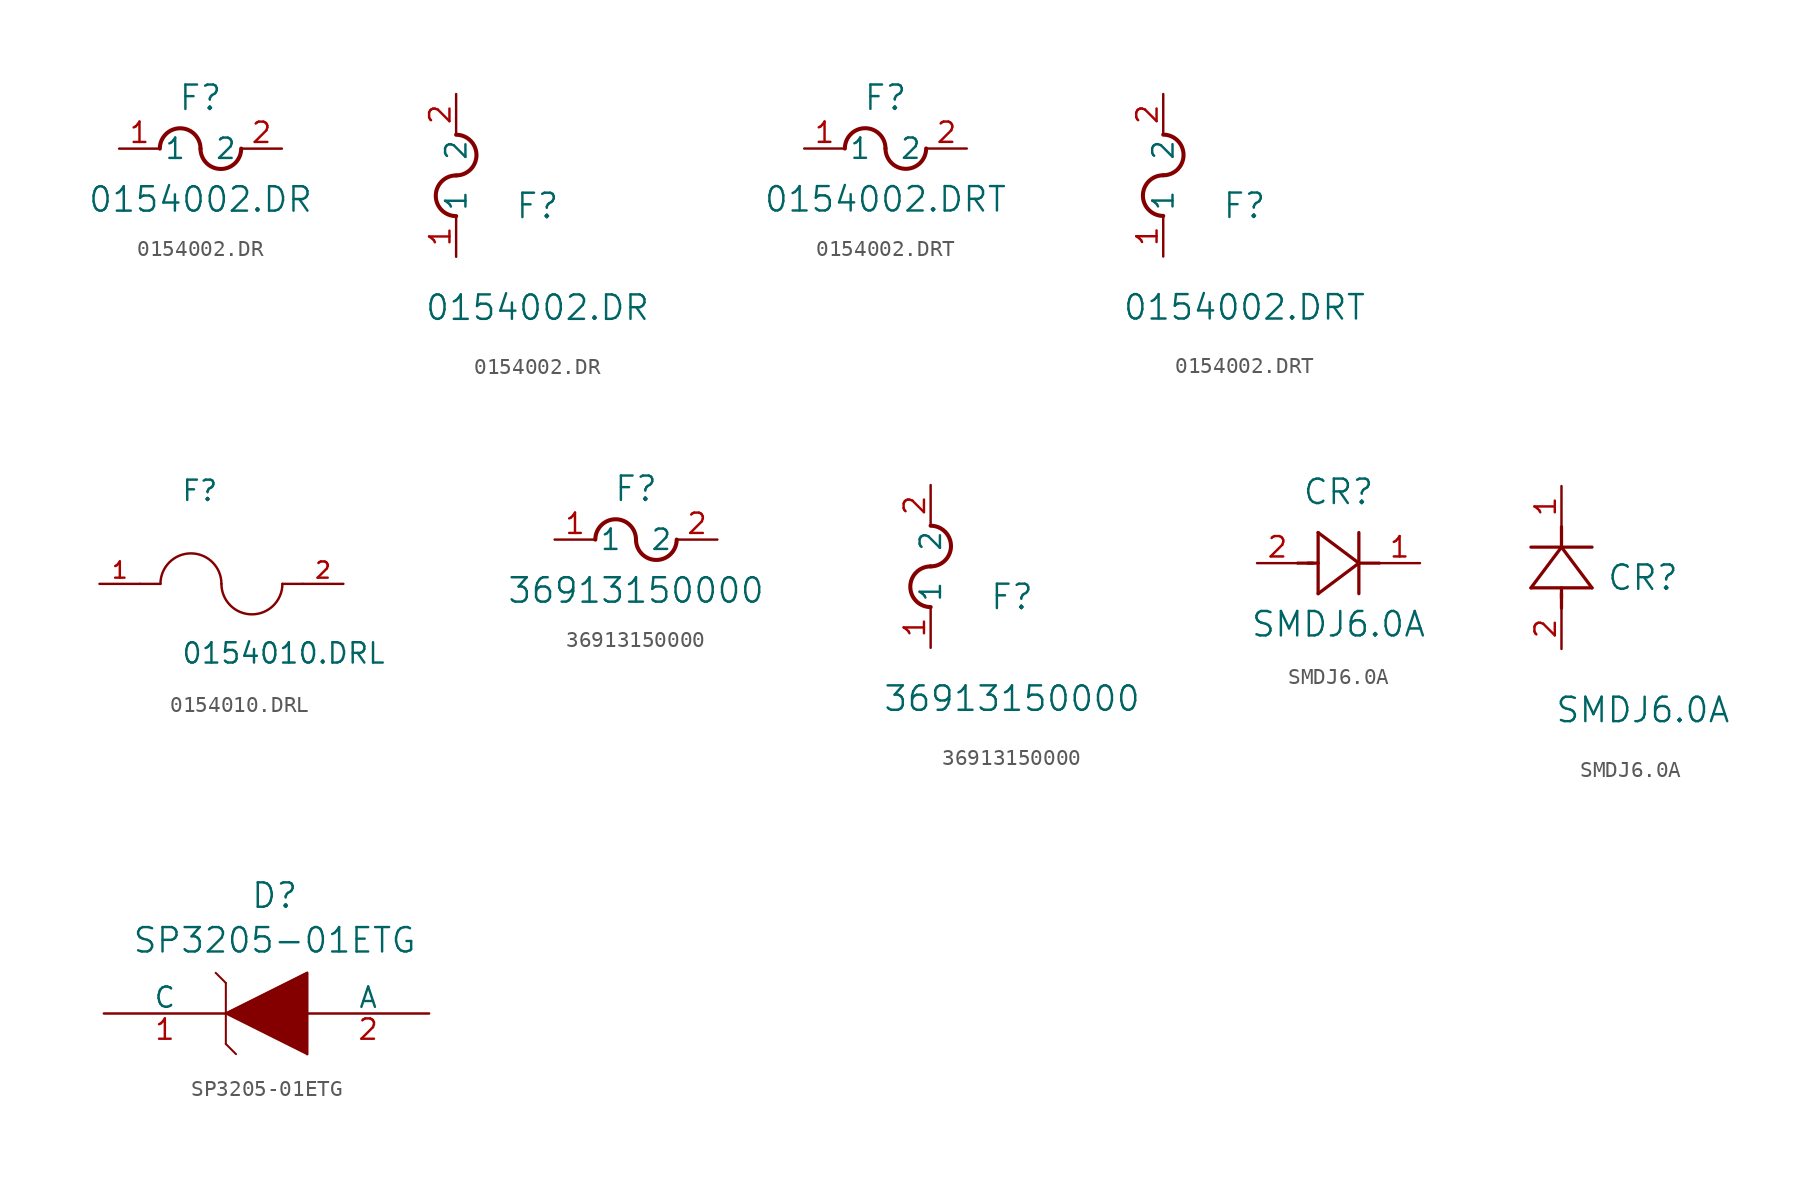
<source format=kicad_sym>
(kicad_symbol_lib
  (version 20231120)
  (generator "kicad_symbol_editor")
  (generator_version "8.0")
  (symbol "0154002.DR"
    (pin_names
      (offset 0.254))
    (property "Reference" "F"
      (at 5.08 3.175 0)
      (effects (font (size 1.524 1.524))))
    (property "Value" "0154002.DR"
      (at 5.08 -3.175 0)
      (effects (font (size 1.524 1.524))))
    (symbol "0154002.DR_1_1"
      (arc (start 5.08 0) (mid 3.81 1.2645) (end 2.54 0) (stroke (width 0.254) (type default)) (fill (type none)))
      (arc (start 5.08 0) (mid 6.35 -1.2645) (end 7.62 0) (stroke (width 0.254) (type default)) (fill (type none)))
      (pin unspecified line (at 0 0 0) (length 2.54) (name "1" (effects (font (size 1.27 1.27)))) (number "1" (effects (font (size 1.27 1.27)))))
      (pin unspecified line (at 10.16 0 180) (length 2.54) (name "2" (effects (font (size 1.27 1.27)))) (number "2" (effects (font (size 1.27 1.27))))))
    (symbol "0154002.DR_1_2"
      (arc (start 0 5.08) (mid -1.2645 3.81) (end 0 2.54) (stroke (width 0.254) (type default)) (fill (type none)))
      (arc (start 0 5.08) (mid 1.2645 6.35) (end 0 7.62) (stroke (width 0.254) (type default)) (fill (type none)))
      (pin unspecified line (at 0 0 90) (length 2.54) (name "1" (effects (font (size 1.27 1.27)))) (number "1" (effects (font (size 1.27 1.27)))))
      (pin unspecified line (at 0 10.16 270) (length 2.54) (name "2" (effects (font (size 1.27 1.27)))) (number "2" (effects (font (size 1.27 1.27)))))))
  (symbol "0154002.DRT"
    (pin_names
      (offset 0.254))
    (property "Reference" "F"
      (at 5.08 3.175 0)
      (effects (font (size 1.524 1.524))))
    (property "Value" "0154002.DRT"
      (at 5.08 -3.175 0)
      (effects (font (size 1.524 1.524))))
    (symbol "0154002.DRT_1_1"
      (arc (start 5.08 0) (mid 3.81 1.2645) (end 2.54 0) (stroke (width 0.254) (type default)) (fill (type none)))
      (arc (start 5.08 0) (mid 6.35 -1.2645) (end 7.62 0) (stroke (width 0.254) (type default)) (fill (type none)))
      (pin unspecified line (at 0 0 0) (length 2.54) (name "1" (effects (font (size 1.27 1.27)))) (number "1" (effects (font (size 1.27 1.27)))))
      (pin unspecified line (at 10.16 0 180) (length 2.54) (name "2" (effects (font (size 1.27 1.27)))) (number "2" (effects (font (size 1.27 1.27))))))
    (symbol "0154002.DRT_1_2"
      (arc (start 0 5.08) (mid -1.2645 3.81) (end 0 2.54) (stroke (width 0.254) (type default)) (fill (type none)))
      (arc (start 0 5.08) (mid 1.2645 6.35) (end 0 7.62) (stroke (width 0.254) (type default)) (fill (type none)))
      (pin unspecified line (at 0 0 90) (length 2.54) (name "1" (effects (font (size 1.27 1.27)))) (number "1" (effects (font (size 1.27 1.27)))))
      (pin unspecified line (at 0 10.16 270) (length 2.54) (name "2" (effects (font (size 1.27 1.27)))) (number "2" (effects (font (size 1.27 1.27)))))))
  (symbol "0154010.DRL"
    (pin_names
      (offset 1.016))
    (property "Reference" "F"
      (at -2.54 5.08 0)
      (effects (font (size 1.27 1.27)) (justify left bottom)))
    (property "Value" "0154010.DRL"
      (at -2.54 -5.08 0)
      (effects (font (size 1.27 1.27)) (justify left bottom)))
    (symbol "0154010.DRL_0_0"
      (arc (start 0 0) (mid -1.905 1.8967) (end -3.81 0) (stroke (width 0.1524) (type default)) (fill (type none)))
      (polyline (pts (xy -5.08 0) (xy -3.81 0)) (stroke (width 0.152) (type default)) (fill (type none)))
      (polyline (pts (xy 5.08 0) (xy 3.81 0)) (stroke (width 0.152) (type default)) (fill (type none)))
      (arc (start 0 0) (mid 1.905 -1.8967) (end 3.81 0) (stroke (width 0.1524) (type default)) (fill (type none)))
      (pin passive line (at -7.62 0 0) (length 2.54) (name "~" (effects (font (size 1.016 1.016)))) (number "1" (effects (font (size 1.016 1.016)))))
      (pin passive line (at 7.62 0 180) (length 2.54) (name "~" (effects (font (size 1.016 1.016)))) (number "2" (effects (font (size 1.016 1.016)))))))
  (symbol "36913150000"
    (pin_names
      (offset 0.254))
    (property "Reference" "F"
      (at 5.08 3.175 0)
      (effects (font (size 1.524 1.524))))
    (property "Value" "36913150000"
      (at 5.08 -3.175 0)
      (effects (font (size 1.524 1.524))))
    (property "ki_locked" ""
      (at 0 0 0)
      (effects (font (size 1.27 1.27))))
    (symbol "36913150000_1_1"
      (arc (start 5.08 0) (mid 3.81 1.2645) (end 2.54 0) (stroke (width 0.254) (type default)) (fill (type none)))
      (arc (start 5.08 0) (mid 6.35 -1.2645) (end 7.62 0) (stroke (width 0.254) (type default)) (fill (type none)))
      (pin unspecified line (at 0 0 0) (length 2.54) (name "1" (effects (font (size 1.27 1.27)))) (number "1" (effects (font (size 1.27 1.27)))))
      (pin unspecified line (at 10.16 0 180) (length 2.54) (name "2" (effects (font (size 1.27 1.27)))) (number "2" (effects (font (size 1.27 1.27))))))
    (symbol "36913150000_1_2"
      (arc (start 0 5.08) (mid -1.2645 3.81) (end 0 2.54) (stroke (width 0.254) (type default)) (fill (type none)))
      (arc (start 0 5.08) (mid 1.2645 6.35) (end 0 7.62) (stroke (width 0.254) (type default)) (fill (type none)))
      (pin unspecified line (at 0 0 90) (length 2.54) (name "1" (effects (font (size 1.27 1.27)))) (number "1" (effects (font (size 1.27 1.27)))))
      (pin unspecified line (at 0 10.16 270) (length 2.54) (name "2" (effects (font (size 1.27 1.27)))) (number "2" (effects (font (size 1.27 1.27)))))))
  (symbol "SMDJ6.0A"
    (pin_names
      (offset 0.254))
    (property "Reference" "CR"
      (at 5.08 4.445 0)
      (effects (font (size 1.524 1.524))))
    (property "Value" "SMDJ6.0A"
      (at 5.08 -3.81 0)
      (effects (font (size 1.524 1.524))))
    (symbol "SMDJ6.0A_1_1"
      (polyline (pts (xy 2.54 0) (xy 3.48 0)) (stroke (width 0.203) (type default)) (fill (type none)))
      (polyline (pts (xy 3.175 0) (xy 3.81 0)) (stroke (width 0.203) (type default)) (fill (type none)))
      (polyline (pts (xy 3.81 -1.905) (xy 6.35 0)) (stroke (width 0.203) (type default)) (fill (type none)))
      (polyline (pts (xy 3.81 1.905) (xy 3.81 -1.905)) (stroke (width 0.203) (type default)) (fill (type none)))
      (polyline (pts (xy 6.35 -1.905) (xy 6.35 1.905)) (stroke (width 0.203) (type default)) (fill (type none)))
      (polyline (pts (xy 6.35 0) (xy 3.81 1.905)) (stroke (width 0.203) (type default)) (fill (type none)))
      (polyline (pts (xy 6.35 0) (xy 7.62 0)) (stroke (width 0.203) (type default)) (fill (type none)))
      (pin unspecified line (at 10.16 0 180) (length 2.54) (name "" (effects (font (size 1.27 1.27)))) (number "1" (effects (font (size 1.27 1.27)))))
      (pin unspecified line (at 0 0 0) (length 2.54) (name "" (effects (font (size 1.27 1.27)))) (number "2" (effects (font (size 1.27 1.27))))))
    (symbol "SMDJ6.0A_1_2"
      (polyline (pts (xy -1.905 3.81) (xy 1.905 3.81)) (stroke (width 0.203) (type default)) (fill (type none)))
      (polyline (pts (xy 0 2.54) (xy 0 3.48)) (stroke (width 0.203) (type default)) (fill (type none)))
      (polyline (pts (xy 0 3.175) (xy 0 3.81)) (stroke (width 0.203) (type default)) (fill (type none)))
      (polyline (pts (xy 0 6.35) (xy -1.905 3.81)) (stroke (width 0.203) (type default)) (fill (type none)))
      (polyline (pts (xy 0 6.35) (xy 0 7.62)) (stroke (width 0.203) (type default)) (fill (type none)))
      (polyline (pts (xy 1.905 3.81) (xy 0 6.35)) (stroke (width 0.203) (type default)) (fill (type none)))
      (polyline (pts (xy 1.905 6.35) (xy -1.905 6.35)) (stroke (width 0.203) (type default)) (fill (type none)))
      (pin unspecified line (at 0 10.16 270) (length 2.54) (name "" (effects (font (size 1.27 1.27)))) (number "1" (effects (font (size 1.27 1.27)))))
      (pin unspecified line (at 0 0 90) (length 2.54) (name "" (effects (font (size 1.27 1.27)))) (number "2" (effects (font (size 1.27 1.27)))))))
  (symbol "SP3205-01ETG"
    (pin_names
      (offset 0))
    (property "Reference" "D"
      (at 25.908 7.366 0)
      (effects (font (size 1.524 1.524))))
    (property "Value" "SP3205-01ETG"
      (at 25.908 4.572 0)
      (effects (font (size 1.524 1.524))))
    (symbol "SP3205-01ETG_0_1"
      (polyline (pts (xy 22.86 -1.905) (xy 23.495 -2.54)) (stroke (width 0.127) (type default)) (fill (type none)))
      (polyline (pts (xy 22.86 0) (xy 27.94 2.54)) (stroke (width 0.127) (type default)) (fill (type none)))
      (polyline (pts (xy 22.86 1.905) (xy 22.225 2.54)) (stroke (width 0.127) (type default)) (fill (type none)))
      (polyline (pts (xy 22.86 1.905) (xy 22.86 -1.905)) (stroke (width 0.127) (type default)) (fill (type none)))
      (polyline (pts (xy 27.94 -2.54) (xy 22.86 0)) (stroke (width 0.127) (type default)) (fill (type none)))
      (polyline (pts (xy 27.94 2.54) (xy 27.94 -2.54)) (stroke (width 0.127) (type default)) (fill (type none)))
      (polyline (pts (xy 22.86 0) (xy 27.94 2.54) (xy 27.94 -2.54)) (stroke (width 0) (type default)) (fill (type outline))))
    (symbol "SP3205-01ETG_1_1"
      (pin unspecified line (at 15.24 0 0) (length 7.62) (name "C" (effects (font (size 1.27 1.27)))) (number "1" (effects (font (size 1.27 1.27)))))
      (pin unspecified line (at 35.56 0 180) (length 7.62) (name "A" (effects (font (size 1.27 1.27)))) (number "2" (effects (font (size 1.27 1.27))))))))
</source>
